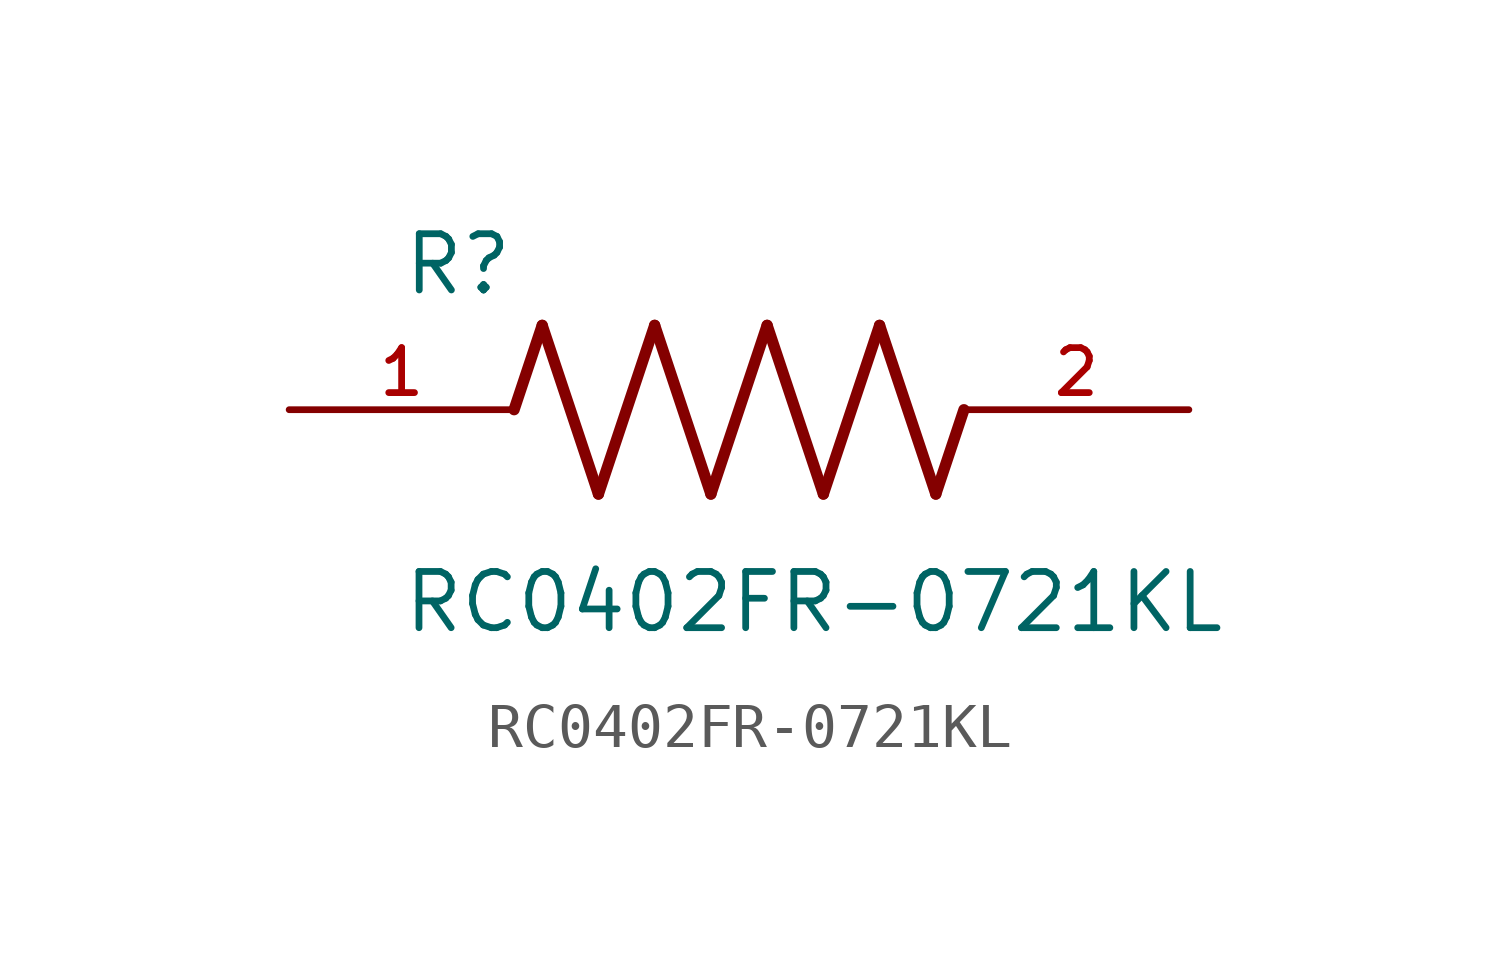
<source format=kicad_sym>
(kicad_symbol_lib
  (version 20211014)
  (generator kicad_symbol_editor)
  (symbol "RC0402FR-0721KL"
    (pin_names
      (offset 1.016))
    (property "Reference" "R"
      (at -7.624 2.541 0)
      (effects (font (size 1.27 1.27)) (justify bottom left)))
    (property "Value" "RC0402FR-0721KL"
      (at -7.63 -5.087 0)
      (effects (font (size 1.27 1.27)) (justify bottom left)))
    (symbol "RC0402FR-0721KL_0_0"
      (polyline (pts (xy -5.08 0.0) (xy -4.445 1.905)) (stroke (width 0.254)))
      (polyline (pts (xy -4.445 1.905) (xy -3.175 -1.905)) (stroke (width 0.254)))
      (polyline (pts (xy -3.175 -1.905) (xy -1.905 1.905)) (stroke (width 0.254)))
      (polyline (pts (xy -1.905 1.905) (xy -0.635 -1.905)) (stroke (width 0.254)))
      (polyline (pts (xy -0.635 -1.905) (xy 0.635 1.905)) (stroke (width 0.254)))
      (polyline (pts (xy 0.635 1.905) (xy 1.905 -1.905)) (stroke (width 0.254)))
      (polyline (pts (xy 1.905 -1.905) (xy 3.175 1.905)) (stroke (width 0.254)))
      (polyline (pts (xy 3.175 1.905) (xy 4.445 -1.905)) (stroke (width 0.254)))
      (polyline (pts (xy 4.445 -1.905) (xy 5.08 0.0)) (stroke (width 0.254)))
      (pin passive line (at -10.16 0.0 0) (length 5.08) (name "~" (effects (font (size 1.016 1.016)))) (number "1" (effects (font (size 1.016 1.016)))))
      (pin passive line (at 10.16 0.0 180.0) (length 5.08) (name "~" (effects (font (size 1.016 1.016)))) (number "2" (effects (font (size 1.016 1.016))))))))
</source>
